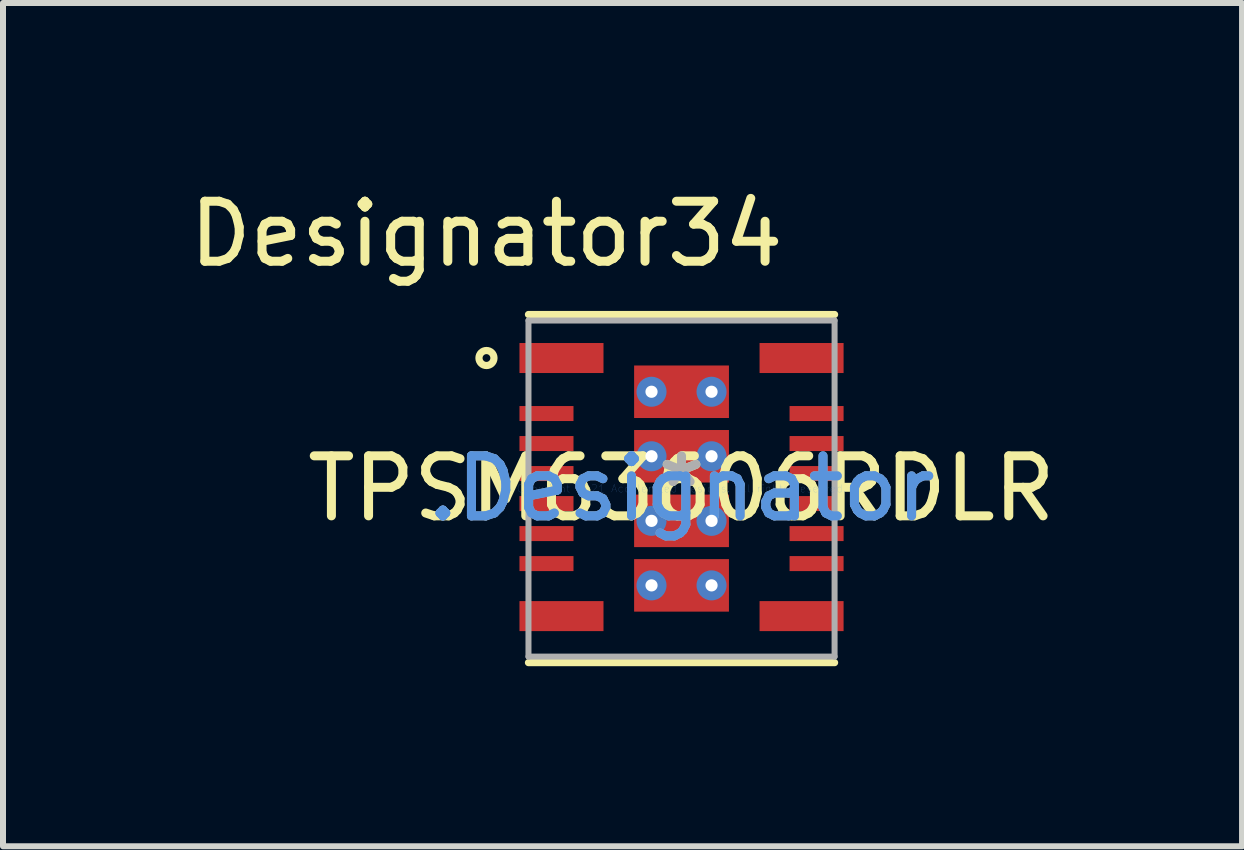
<source format=kicad_pcb>
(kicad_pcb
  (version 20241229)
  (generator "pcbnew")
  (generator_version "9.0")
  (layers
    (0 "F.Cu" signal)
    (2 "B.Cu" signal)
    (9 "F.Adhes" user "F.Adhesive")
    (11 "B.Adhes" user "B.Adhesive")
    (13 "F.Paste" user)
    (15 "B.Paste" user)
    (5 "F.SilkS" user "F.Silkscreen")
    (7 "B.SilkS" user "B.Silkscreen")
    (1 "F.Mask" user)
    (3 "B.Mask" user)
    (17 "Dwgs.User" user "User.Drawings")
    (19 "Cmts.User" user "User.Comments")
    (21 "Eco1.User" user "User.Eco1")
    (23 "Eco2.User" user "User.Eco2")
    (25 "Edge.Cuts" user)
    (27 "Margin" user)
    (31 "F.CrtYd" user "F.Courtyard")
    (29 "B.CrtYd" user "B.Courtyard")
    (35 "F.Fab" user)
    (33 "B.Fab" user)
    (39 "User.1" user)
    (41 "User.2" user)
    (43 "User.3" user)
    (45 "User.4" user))
  (footprint "TPSM63606RDLR"
    (layer "F.Cu")
    (at 8.305 5.09)
    (property "Reference" "TPSM63606RDLR" (at 0 0 0) (layer "F.SilkS") (effects (font (size 1 1) (thickness 0.15))))
    (attr through_hole)
    (fp_line (start -2.55 -2.9) (end 2.55 -2.9) (stroke (width 0.12) (type solid)) (layer "F.SilkS"))
    (fp_line (start -2.55 2.9) (end 2.55 2.9) (stroke (width 0.12) (type solid)) (layer "F.SilkS"))
    (fp_circle (center -3.25 -2.175) (end -3.125 -2.175) (stroke (width 0.12) (type solid)) (fill no) (layer "F.SilkS"))
    (fp_poly (pts (xy -2.675 -0.8) (xy -2.625 -0.85) (xy -1.875 -0.85) (xy -1.825 -0.8) (xy -1.825 -0.7) (xy -1.875 -0.65) (xy -2.625 -0.65) (xy -2.675 -0.7)) (stroke (width 0.1) (type solid)) (fill yes) (layer "F.Paste"))
    (fp_poly (pts (xy -2.675 2.3) (xy -2.675 1.95) (xy -2.625 1.9) (xy -1.375 1.9) (xy -1.325 1.95) (xy -1.325 2.3) (xy -1.375 2.35) (xy -2.625 2.35)) (stroke (width 0.1) (type solid)) (fill yes) (layer "F.Paste"))
    (fp_poly (pts (xy -1.875 -1.15) (xy -2.625 -1.15) (xy -2.675 -1.2) (xy -2.675 -1.3) (xy -2.625 -1.35) (xy -1.875 -1.35) (xy -1.825 -1.3) (xy -1.825 -1.2)) (stroke (width 0.1) (type solid)) (fill yes) (layer "F.Paste"))
    (fp_poly (pts (xy -1.875 0.85) (xy -2.625 0.85) (xy -2.675 0.8) (xy -2.675 0.7) (xy -2.625 0.65) (xy -1.875 0.65) (xy -1.825 0.7) (xy -1.825 0.8)) (stroke (width 0.1) (type solid)) (fill yes) (layer "F.Paste"))
    (fp_poly (pts (xy -1.875 1.35) (xy -2.625 1.35) (xy -2.675 1.3) (xy -2.675 1.2) (xy -2.625 1.15) (xy -1.875 1.15) (xy -1.825 1.2) (xy -1.825 1.3)) (stroke (width 0.1) (type solid)) (fill yes) (layer "F.Paste"))
    (fp_poly (pts (xy -1.825 -0.3) (xy -1.825 -0.2) (xy -1.875 -0.15) (xy -2.625 -0.15) (xy -2.675 -0.2) (xy -2.675 -0.3) (xy -2.625 -0.35) (xy -1.875 -0.35)) (stroke (width 0.1) (type solid)) (fill yes) (layer "F.Paste"))
    (fp_poly (pts (xy -1.825 0.2) (xy -1.825 0.3) (xy -1.875 0.35) (xy -2.625 0.35) (xy -2.675 0.3) (xy -2.675 0.2) (xy -2.625 0.15) (xy -1.875 0.15)) (stroke (width 0.1) (type solid)) (fill yes) (layer "F.Paste"))
    (fp_poly (pts (xy -1.325 -2) (xy -1.375 -1.95) (xy -2.625 -1.95) (xy -2.675 -2) (xy -2.675 -2.35) (xy -2.625 -2.4) (xy -1.375 -2.4) (xy -1.325 -2.35)) (stroke (width 0.1) (type solid)) (fill yes) (layer "F.Paste"))
    (fp_poly (pts (xy -0.765 1.976) (xy -0.765 1.25) (xy -0.715 1.201) (xy 0.715 1.201) (xy 0.765 1.25) (xy 0.765 1.976) (xy 0.715 2.026) (xy -0.715 2.026)) (stroke (width 0.1) (type solid)) (fill yes) (layer "F.Paste"))
    (fp_poly (pts (xy -0.715 -0.951) (xy 0.715 -0.951) (xy 0.765 -0.901) (xy 0.765 -0.175) (xy 0.715 -0.125) (xy -0.715 -0.125) (xy -0.765 -0.175) (xy -0.765 -0.901)) (stroke (width 0.1) (type solid)) (fill yes) (layer "F.Paste"))
    (fp_poly (pts (xy -0.715 0.125) (xy 0.715 0.125) (xy 0.765 0.175) (xy 0.765 0.901) (xy 0.715 0.951) (xy -0.715 0.951) (xy -0.765 0.901) (xy -0.765 0.175)) (stroke (width 0.1) (type solid)) (fill yes) (layer "F.Paste"))
    (fp_poly (pts (xy 0.715 -1.201) (xy -0.715 -1.201) (xy -0.765 -1.25) (xy -0.765 -1.976) (xy -0.715 -2.026) (xy 0.715 -2.026) (xy 0.765 -1.976) (xy 0.765 -1.25)) (stroke (width 0.1) (type solid)) (fill yes) (layer "F.Paste"))
    (fp_poly (pts (xy 1.825 -0.7) (xy 1.825 -0.8) (xy 1.875 -0.85) (xy 2.625 -0.85) (xy 2.675 -0.8) (xy 2.675 -0.7) (xy 2.625 -0.65) (xy 1.875 -0.65)) (stroke (width 0.1) (type solid)) (fill yes) (layer "F.Paste"))
    (fp_poly (pts (xy 2.625 -2.4) (xy 2.675 -2.35) (xy 2.675 -2) (xy 2.625 -1.95) (xy 1.375 -1.95) (xy 1.325 -2) (xy 1.325 -2.35) (xy 1.375 -2.4)) (stroke (width 0.1) (type solid)) (fill yes) (layer "F.Paste"))
    (fp_poly (pts (xy 2.625 -1.35) (xy 2.675 -1.3) (xy 2.675 -1.2) (xy 2.625 -1.15) (xy 1.875 -1.15) (xy 1.825 -1.2) (xy 1.825 -1.3) (xy 1.875 -1.35)) (stroke (width 0.1) (type solid)) (fill yes) (layer "F.Paste"))
    (fp_poly (pts (xy 2.625 -0.15) (xy 1.875 -0.15) (xy 1.825 -0.2) (xy 1.825 -0.3) (xy 1.875 -0.35) (xy 2.625 -0.35) (xy 2.675 -0.3) (xy 2.675 -0.2)) (stroke (width 0.1) (type solid)) (fill yes) (layer "F.Paste"))
    (fp_poly (pts (xy 2.625 0.15) (xy 2.675 0.2) (xy 2.675 0.3) (xy 2.625 0.35) (xy 1.875 0.35) (xy 1.825 0.3) (xy 1.825 0.2) (xy 1.875 0.15)) (stroke (width 0.1) (type solid)) (fill yes) (layer "F.Paste"))
    (fp_poly (pts (xy 2.625 0.65) (xy 2.675 0.7) (xy 2.675 0.8) (xy 2.625 0.85) (xy 1.875 0.85) (xy 1.825 0.8) (xy 1.825 0.7) (xy 1.875 0.65)) (stroke (width 0.1) (type solid)) (fill yes) (layer "F.Paste"))
    (fp_poly (pts (xy 2.675 1.2) (xy 2.675 1.3) (xy 2.625 1.35) (xy 1.875 1.35) (xy 1.825 1.3) (xy 1.825 1.2) (xy 1.875 1.15) (xy 2.625 1.15)) (stroke (width 0.1) (type solid)) (fill yes) (layer "F.Paste"))
    (fp_poly (pts (xy 2.675 2.3) (xy 2.625 2.35) (xy 1.375 2.35) (xy 1.325 2.3) (xy 1.325 1.95) (xy 1.375 1.9) (xy 2.625 1.9) (xy 2.675 1.95)) (stroke (width 0.1) (type solid)) (fill yes) (layer "F.Paste"))
    (fp_line (start -2.55 -2.8) (end 2.55 -2.8) (stroke (width 0.1) (type solid)) (layer "F.Fab"))
    (fp_line (start -2.55 2.8) (end -2.55 -2.8) (stroke (width 0.1) (type solid)) (layer "F.Fab"))
    (fp_line (start -2.55 2.8) (end 2.55 2.8) (stroke (width 0.1) (type solid)) (layer "F.Fab"))
    (fp_line (start 2.55 2.8) (end 2.55 -2.8) (stroke (width 0.1) (type solid)) (layer "F.Fab"))
    (fp_text user "Designator34" (at -3.251 -4.242 0) (layer "F.SilkS") (effects (font (size 1 1) (thickness 0.15))))
    (fp_text user "*" (at 0 0 0) (layer "F.SilkS") (effects (font (size 1 1) (thickness 0.15))))
    (fp_text user "Copyright 2021 Accelerated Designs. All rights reserved." (at 0 0 0) (layer "Cmts.User") (effects (font (size 0.127 0.127) (thickness 0.002))))
    (fp_text user ".Designator" (at 0 0 0) (layer "Cmts.User") (effects (font (size 1 1) (thickness 0.15))))
    (fp_text user "*" (at 0 0 0) (layer "F.Fab") (effects (font (size 1 1) (thickness 0.15))))
    (fp_text user ".Designator" (at 0 0 0) (layer "F.Fab") (effects (font (size 1 1) (thickness 0.15))))
    (pad "1" smd rect (at -2 -2.175) (size 1.4 0.5) (layers "F.Cu" "F.Mask"))
    (pad "2" smd rect (at -2.25 -1.25) (size 0.9 0.25) (layers "F.Cu" "F.Mask"))
    (pad "3" smd rect (at -2.25 -0.75) (size 0.9 0.25) (layers "F.Cu" "F.Mask"))
    (pad "4" smd rect (at -2.25 -0.25) (size 0.9 0.25) (layers "F.Cu" "F.Mask"))
    (pad "5" smd rect (at -2.25 0.25) (size 0.9 0.25) (layers "F.Cu" "F.Mask"))
    (pad "6" smd rect (at -2.25 0.75) (size 0.9 0.25) (layers "F.Cu" "F.Mask"))
    (pad "7" smd rect (at -2.25 1.25) (size 0.9 0.25) (layers "F.Cu" "F.Mask"))
    (pad "8" smd rect (at -2 2.125) (size 1.4 0.5) (layers "F.Cu" "F.Mask"))
    (pad "9" smd rect (at 2 2.125) (size 1.4 0.5) (layers "F.Cu" "F.Mask"))
    (pad "10" smd rect (at 2.25 1.25) (size 0.9 0.25) (layers "F.Cu" "F.Mask"))
    (pad "11" smd rect (at 2.25 0.75) (size 0.9 0.25) (layers "F.Cu" "F.Mask"))
    (pad "12" smd rect (at 2.25 0.25) (size 0.9 0.25) (layers "F.Cu" "F.Mask"))
    (pad "13" smd rect (at 2.25 -0.25) (size 0.9 0.25) (layers "F.Cu" "F.Mask"))
    (pad "14" smd rect (at 2.25 -0.75) (size 0.9 0.25) (layers "F.Cu" "F.Mask"))
    (pad "15" smd rect (at 2.25 -1.25) (size 0.9 0.25) (layers "F.Cu" "F.Mask"))
    (pad "16" smd rect (at 2 -2.175) (size 1.4 0.5) (layers "F.Cu" "F.Mask"))
    (pad "17" smd rect (at 0 -1.613) (size 1.58 0.875) (layers "F.Cu" "F.Mask"))
    (pad "18" smd rect (at 0 -0.538) (size 1.58 0.875) (layers "F.Cu" "F.Mask"))
    (pad "19" smd rect (at 0 0.538) (size 1.58 0.875) (layers "F.Cu" "F.Mask"))
    (pad "20" smd rect (at 0 1.613) (size 1.58 0.875) (layers "F.Cu" "F.Mask"))
    (pad "21" thru_hole circle (at 0.5 0.538) (size 0.5 0.5) (drill 0.203) (layers "*.Cu" "*.Mask"))
    (pad "22" thru_hole circle (at -0.5 0.538) (size 0.5 0.5) (drill 0.203) (layers "*.Cu" "*.Mask"))
    (pad "23" thru_hole circle (at 0.5 -0.538) (size 0.5 0.5) (drill 0.203) (layers "*.Cu" "*.Mask"))
    (pad "24" thru_hole circle (at -0.5 -0.538) (size 0.5 0.5) (drill 0.203) (layers "*.Cu" "*.Mask"))
    (pad "25" thru_hole circle (at 0.5 1.613) (size 0.5 0.5) (drill 0.203) (layers "*.Cu" "*.Mask"))
    (pad "26" thru_hole circle (at -0.5 1.613) (size 0.5 0.5) (drill 0.203) (layers "*.Cu" "*.Mask"))
    (pad "27" thru_hole circle (at 0.5 -1.613) (size 0.5 0.5) (drill 0.203) (layers "*.Cu" "*.Mask"))
    (pad "28" thru_hole circle (at -0.5 -1.613) (size 0.5 0.5) (drill 0.203) (layers "*.Cu" "*.Mask")))
  (gr_rect
    (start -3 -3)
    (end 17.644 11.05)
    (stroke (width 0.1) (type default))
    (fill no)
    (layer "Edge.Cuts")))
</source>
